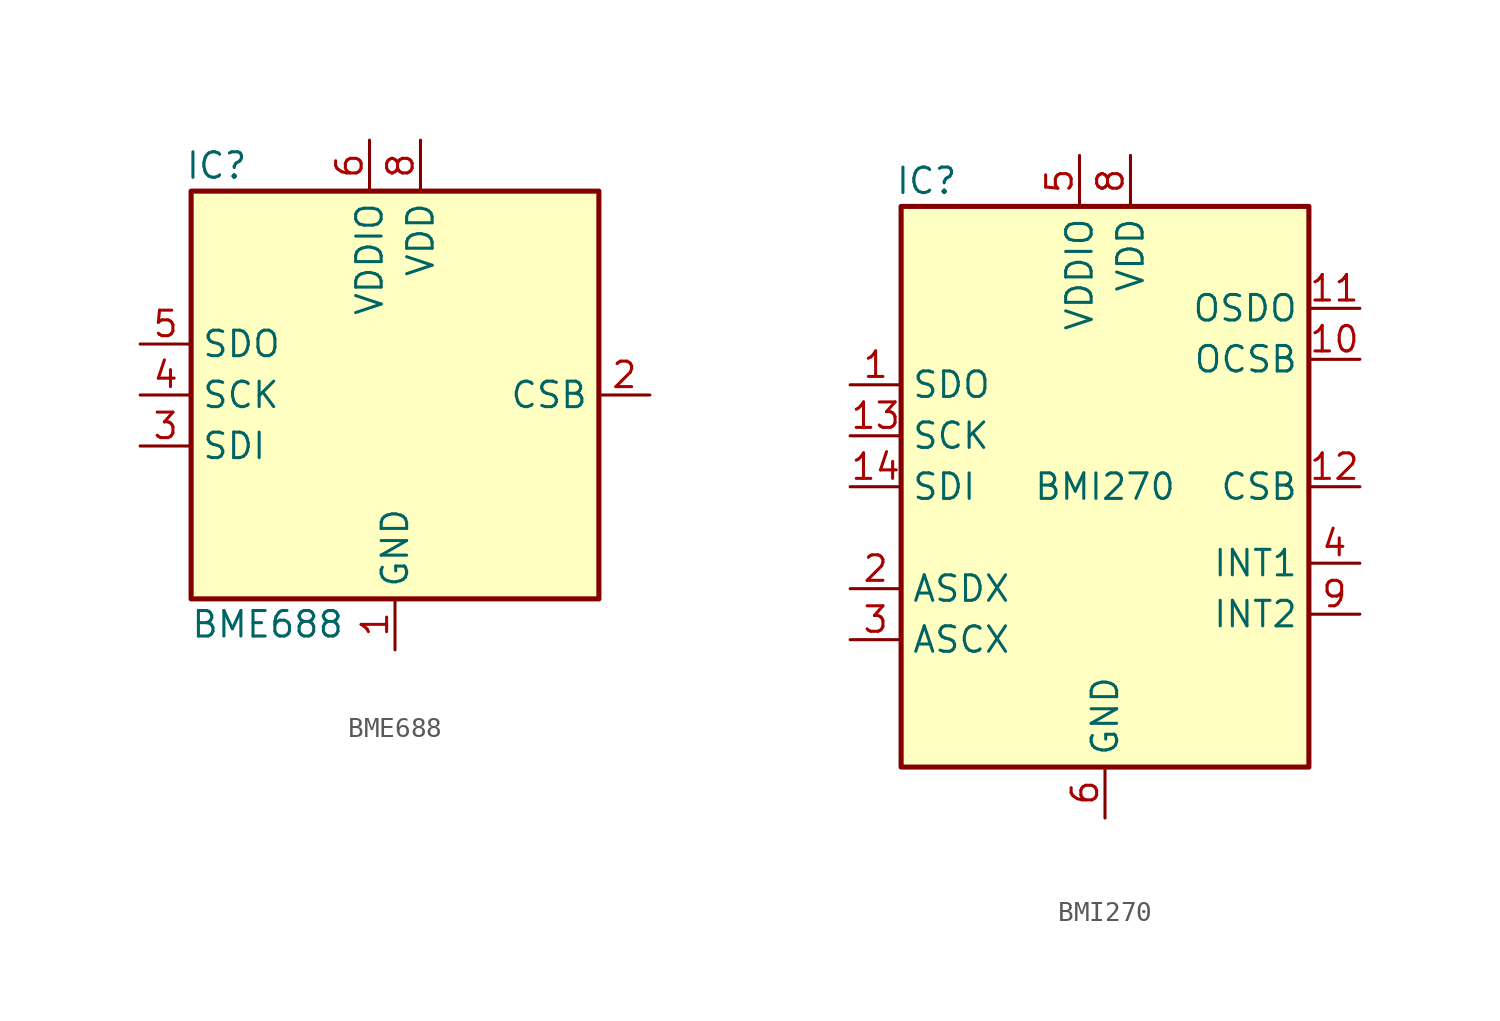
<source format=kicad_sym>
(kicad_symbol_lib
  (version 20231120)
  (generator "kicad_symbol_editor")
  (generator_version "8.0")
  (symbol "BME688"
    (property "Reference" "IC"
      (at -8.89 11.43 0)
      (effects (font (size 1.27 1.27))))
    (property "Value" "BME688"
      (at -6.35 -11.43 0)
      (effects (font (size 1.27 1.27))))
    (symbol "BME688_0_1"
      (rectangle (start -10.16 10.16) (end 10.16 -10.16) (stroke (width 0.254) (type solid)) (fill (type background))))
    (symbol "BME688_1_1"
      (pin power_in line (at 0 -12.7 90) (length 2.54) (name "GND" (effects (font (size 1.27 1.27)))) (number "1" (effects (font (size 1.27 1.27)))))
      (pin input line (at 12.7 0 180) (length 2.54) (name "CSB" (effects (font (size 1.27 1.27)))) (number "2" (effects (font (size 1.27 1.27)))))
      (pin bidirectional line (at -12.7 -2.54 0) (length 2.54) (name "SDI" (effects (font (size 1.27 1.27)))) (number "3" (effects (font (size 1.27 1.27)))))
      (pin input line (at -12.7 0 0) (length 2.54) (name "SCK" (effects (font (size 1.27 1.27)))) (number "4" (effects (font (size 1.27 1.27)))))
      (pin bidirectional line (at -12.7 2.54 0) (length 2.54) (name "SDO" (effects (font (size 1.27 1.27)))) (number "5" (effects (font (size 1.27 1.27)))))
      (pin power_in line (at -1.27 12.7 270) (length 2.54) (name "VDDIO" (effects (font (size 1.27 1.27)))) (number "6" (effects (font (size 1.27 1.27)))))
      (pin power_in line (at 0 -12.7 90) (length 2.54) hide (name "GND" (effects (font (size 1.27 1.27)))) (number "7" (effects (font (size 1.27 1.27)))))
      (pin power_in line (at 1.27 12.7 270) (length 2.54) (name "VDD" (effects (font (size 1.27 1.27)))) (number "8" (effects (font (size 1.27 1.27)))))))
  (symbol "BMI270"
    (property "Reference" "IC"
      (at -8.89 15.24 0)
      (effects (font (size 1.27 1.27))))
    (property "Value" "BMI270"
      (at 0 0 0)
      (effects (font (size 1.27 1.27))))
    (symbol "BMI270_1_0"
      (pin bidirectional line (at -12.7 5.08 0) (length 2.54) (name "SDO" (effects (font (size 1.27 1.27)))) (number "1" (effects (font (size 1.27 1.27)))))
      (pin passive line (at 12.7 6.35 180) (length 2.54) (name "OCSB" (effects (font (size 1.27 1.27)))) (number "10" (effects (font (size 1.27 1.27)))))
      (pin passive line (at 12.7 8.89 180) (length 2.54) (name "OSDO" (effects (font (size 1.27 1.27)))) (number "11" (effects (font (size 1.27 1.27)))))
      (pin passive line (at 12.7 0 180) (length 2.54) (name "CSB" (effects (font (size 1.27 1.27)))) (number "12" (effects (font (size 1.27 1.27)))))
      (pin passive line (at -12.7 2.54 0) (length 2.54) (name "SCK" (effects (font (size 1.27 1.27)))) (number "13" (effects (font (size 1.27 1.27)))))
      (pin bidirectional line (at -12.7 0 0) (length 2.54) (name "SDI" (effects (font (size 1.27 1.27)))) (number "14" (effects (font (size 1.27 1.27)))))
      (pin passive line (at -12.7 -5.08 0) (length 2.54) (name "ASDX" (effects (font (size 1.27 1.27)))) (number "2" (effects (font (size 1.27 1.27)))))
      (pin passive line (at -12.7 -7.62 0) (length 2.54) (name "ASCX" (effects (font (size 1.27 1.27)))) (number "3" (effects (font (size 1.27 1.27)))))
      (pin output line (at 12.7 -3.81 180) (length 2.54) (name "INT1" (effects (font (size 1.27 1.27)))) (number "4" (effects (font (size 1.27 1.27)))))
      (pin power_in line (at -1.27 16.51 270) (length 2.54) (name "VDDIO" (effects (font (size 1.27 1.27)))) (number "5" (effects (font (size 1.27 1.27)))))
      (pin power_in line (at 0 -16.51 90) (length 2.54) (name "GND" (effects (font (size 1.27 1.27)))) (number "6" (effects (font (size 1.27 1.27)))))
      (pin power_in line (at 0 -16.51 90) (length 2.54) hide (name "GND" (effects (font (size 1.27 1.27)))) (number "7" (effects (font (size 1.27 1.27)))))
      (pin power_in line (at 1.27 16.51 270) (length 2.54) (name "VDD" (effects (font (size 1.27 1.27)))) (number "8" (effects (font (size 1.27 1.27)))))
      (pin output line (at 12.7 -6.35 180) (length 2.54) (name "INT2" (effects (font (size 1.27 1.27)))) (number "9" (effects (font (size 1.27 1.27))))))
    (symbol "BMI270_1_1"
      (polyline (pts (xy -10.16 13.97) (xy 10.16 13.97) (xy 10.16 -13.97) (xy -10.16 -13.97) (xy -10.16 13.97)) (stroke (width 0.254) (type default)) (fill (type background))))))
</source>
